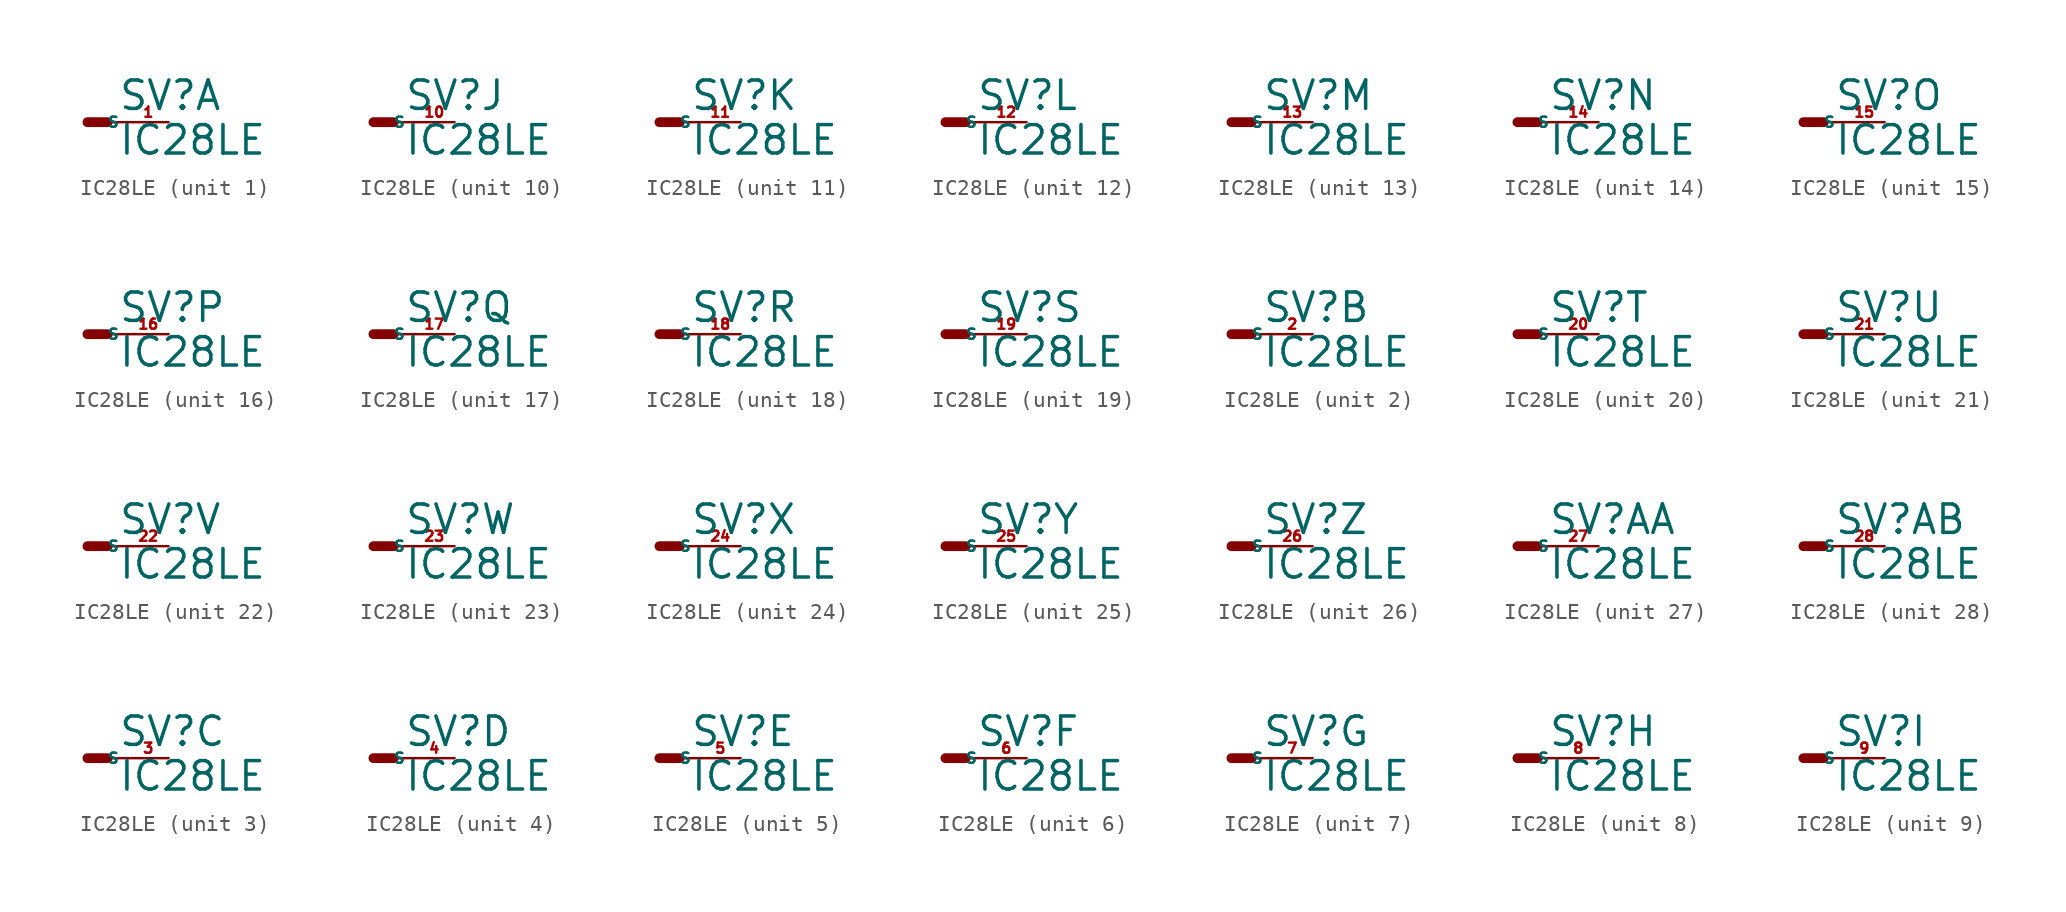
<source format=kicad_sym>
(kicad_symbol_lib
  (version 20220914)
  (generator Eagle2Kicad)
  (symbol "IC28LE"
    (property "Reference" "SV"
      (at 1.905 0.635 0)
      (effects (font (size 1.778 1.778) (thickness 0.22)) (justify left bottom)))
    (property "Value" "IC28LE"
      (at 1.905 -2.159 0)
      (effects (font (size 1.778 1.778) (thickness 0.22)) (justify left bottom)))
    (symbol "IC28LE_1_0"
      (polyline (pts (xy 0 0) (xy 1.27 0)) (stroke (width 0.61) (type default)) (fill (type none)))
      (polyline (pts (xy 2.54 0) (xy 1.27 0)) (stroke (width 0.152) (type default)) (fill (type none)))
      (pin passive line (at 5.08 0 180) (length 2.54) (name "S" (effects (font (size 0.635 0.635) (thickness 0.08)) (justify left bottom))) (number "1" (effects (font (size 0.635 0.635) (thickness 0.08)) (justify left bottom)))))
    (symbol "IC28LE_2_0"
      (polyline (pts (xy 0 0) (xy 1.27 0)) (stroke (width 0.61) (type default)) (fill (type none)))
      (polyline (pts (xy 2.54 0) (xy 1.27 0)) (stroke (width 0.152) (type default)) (fill (type none)))
      (pin passive line (at 5.08 0 180) (length 2.54) (name "S" (effects (font (size 0.635 0.635) (thickness 0.08)) (justify left bottom))) (number "2" (effects (font (size 0.635 0.635) (thickness 0.08)) (justify left bottom)))))
    (symbol "IC28LE_3_0"
      (polyline (pts (xy 0 0) (xy 1.27 0)) (stroke (width 0.61) (type default)) (fill (type none)))
      (polyline (pts (xy 2.54 0) (xy 1.27 0)) (stroke (width 0.152) (type default)) (fill (type none)))
      (pin passive line (at 5.08 0 180) (length 2.54) (name "S" (effects (font (size 0.635 0.635) (thickness 0.08)) (justify left bottom))) (number "3" (effects (font (size 0.635 0.635) (thickness 0.08)) (justify left bottom)))))
    (symbol "IC28LE_4_0"
      (polyline (pts (xy 0 0) (xy 1.27 0)) (stroke (width 0.61) (type default)) (fill (type none)))
      (polyline (pts (xy 2.54 0) (xy 1.27 0)) (stroke (width 0.152) (type default)) (fill (type none)))
      (pin passive line (at 5.08 0 180) (length 2.54) (name "S" (effects (font (size 0.635 0.635) (thickness 0.08)) (justify left bottom))) (number "4" (effects (font (size 0.635 0.635) (thickness 0.08)) (justify left bottom)))))
    (symbol "IC28LE_5_0"
      (polyline (pts (xy 0 0) (xy 1.27 0)) (stroke (width 0.61) (type default)) (fill (type none)))
      (polyline (pts (xy 2.54 0) (xy 1.27 0)) (stroke (width 0.152) (type default)) (fill (type none)))
      (pin passive line (at 5.08 0 180) (length 2.54) (name "S" (effects (font (size 0.635 0.635) (thickness 0.08)) (justify left bottom))) (number "5" (effects (font (size 0.635 0.635) (thickness 0.08)) (justify left bottom)))))
    (symbol "IC28LE_6_0"
      (polyline (pts (xy 0 0) (xy 1.27 0)) (stroke (width 0.61) (type default)) (fill (type none)))
      (polyline (pts (xy 2.54 0) (xy 1.27 0)) (stroke (width 0.152) (type default)) (fill (type none)))
      (pin passive line (at 5.08 0 180) (length 2.54) (name "S" (effects (font (size 0.635 0.635) (thickness 0.08)) (justify left bottom))) (number "6" (effects (font (size 0.635 0.635) (thickness 0.08)) (justify left bottom)))))
    (symbol "IC28LE_7_0"
      (polyline (pts (xy 0 0) (xy 1.27 0)) (stroke (width 0.61) (type default)) (fill (type none)))
      (polyline (pts (xy 2.54 0) (xy 1.27 0)) (stroke (width 0.152) (type default)) (fill (type none)))
      (pin passive line (at 5.08 0 180) (length 2.54) (name "S" (effects (font (size 0.635 0.635) (thickness 0.08)) (justify left bottom))) (number "7" (effects (font (size 0.635 0.635) (thickness 0.08)) (justify left bottom)))))
    (symbol "IC28LE_8_0"
      (polyline (pts (xy 0 0) (xy 1.27 0)) (stroke (width 0.61) (type default)) (fill (type none)))
      (polyline (pts (xy 2.54 0) (xy 1.27 0)) (stroke (width 0.152) (type default)) (fill (type none)))
      (pin passive line (at 5.08 0 180) (length 2.54) (name "S" (effects (font (size 0.635 0.635) (thickness 0.08)) (justify left bottom))) (number "8" (effects (font (size 0.635 0.635) (thickness 0.08)) (justify left bottom)))))
    (symbol "IC28LE_9_0"
      (polyline (pts (xy 0 0) (xy 1.27 0)) (stroke (width 0.61) (type default)) (fill (type none)))
      (polyline (pts (xy 2.54 0) (xy 1.27 0)) (stroke (width 0.152) (type default)) (fill (type none)))
      (pin passive line (at 5.08 0 180) (length 2.54) (name "S" (effects (font (size 0.635 0.635) (thickness 0.08)) (justify left bottom))) (number "9" (effects (font (size 0.635 0.635) (thickness 0.08)) (justify left bottom)))))
    (symbol "IC28LE_10_0"
      (polyline (pts (xy 0 0) (xy 1.27 0)) (stroke (width 0.61) (type default)) (fill (type none)))
      (polyline (pts (xy 2.54 0) (xy 1.27 0)) (stroke (width 0.152) (type default)) (fill (type none)))
      (pin passive line (at 5.08 0 180) (length 2.54) (name "S" (effects (font (size 0.635 0.635) (thickness 0.08)) (justify left bottom))) (number "10" (effects (font (size 0.635 0.635) (thickness 0.08)) (justify left bottom)))))
    (symbol "IC28LE_11_0"
      (polyline (pts (xy 0 0) (xy 1.27 0)) (stroke (width 0.61) (type default)) (fill (type none)))
      (polyline (pts (xy 2.54 0) (xy 1.27 0)) (stroke (width 0.152) (type default)) (fill (type none)))
      (pin passive line (at 5.08 0 180) (length 2.54) (name "S" (effects (font (size 0.635 0.635) (thickness 0.08)) (justify left bottom))) (number "11" (effects (font (size 0.635 0.635) (thickness 0.08)) (justify left bottom)))))
    (symbol "IC28LE_12_0"
      (polyline (pts (xy 0 0) (xy 1.27 0)) (stroke (width 0.61) (type default)) (fill (type none)))
      (polyline (pts (xy 2.54 0) (xy 1.27 0)) (stroke (width 0.152) (type default)) (fill (type none)))
      (pin passive line (at 5.08 0 180) (length 2.54) (name "S" (effects (font (size 0.635 0.635) (thickness 0.08)) (justify left bottom))) (number "12" (effects (font (size 0.635 0.635) (thickness 0.08)) (justify left bottom)))))
    (symbol "IC28LE_13_0"
      (polyline (pts (xy 0 0) (xy 1.27 0)) (stroke (width 0.61) (type default)) (fill (type none)))
      (polyline (pts (xy 2.54 0) (xy 1.27 0)) (stroke (width 0.152) (type default)) (fill (type none)))
      (pin passive line (at 5.08 0 180) (length 2.54) (name "S" (effects (font (size 0.635 0.635) (thickness 0.08)) (justify left bottom))) (number "13" (effects (font (size 0.635 0.635) (thickness 0.08)) (justify left bottom)))))
    (symbol "IC28LE_14_0"
      (polyline (pts (xy 0 0) (xy 1.27 0)) (stroke (width 0.61) (type default)) (fill (type none)))
      (polyline (pts (xy 2.54 0) (xy 1.27 0)) (stroke (width 0.152) (type default)) (fill (type none)))
      (pin passive line (at 5.08 0 180) (length 2.54) (name "S" (effects (font (size 0.635 0.635) (thickness 0.08)) (justify left bottom))) (number "14" (effects (font (size 0.635 0.635) (thickness 0.08)) (justify left bottom)))))
    (symbol "IC28LE_15_0"
      (polyline (pts (xy 0 0) (xy 1.27 0)) (stroke (width 0.61) (type default)) (fill (type none)))
      (polyline (pts (xy 2.54 0) (xy 1.27 0)) (stroke (width 0.152) (type default)) (fill (type none)))
      (pin passive line (at 5.08 0 180) (length 2.54) (name "S" (effects (font (size 0.635 0.635) (thickness 0.08)) (justify left bottom))) (number "15" (effects (font (size 0.635 0.635) (thickness 0.08)) (justify left bottom)))))
    (symbol "IC28LE_16_0"
      (polyline (pts (xy 0 0) (xy 1.27 0)) (stroke (width 0.61) (type default)) (fill (type none)))
      (polyline (pts (xy 2.54 0) (xy 1.27 0)) (stroke (width 0.152) (type default)) (fill (type none)))
      (pin passive line (at 5.08 0 180) (length 2.54) (name "S" (effects (font (size 0.635 0.635) (thickness 0.08)) (justify left bottom))) (number "16" (effects (font (size 0.635 0.635) (thickness 0.08)) (justify left bottom)))))
    (symbol "IC28LE_17_0"
      (polyline (pts (xy 0 0) (xy 1.27 0)) (stroke (width 0.61) (type default)) (fill (type none)))
      (polyline (pts (xy 2.54 0) (xy 1.27 0)) (stroke (width 0.152) (type default)) (fill (type none)))
      (pin passive line (at 5.08 0 180) (length 2.54) (name "S" (effects (font (size 0.635 0.635) (thickness 0.08)) (justify left bottom))) (number "17" (effects (font (size 0.635 0.635) (thickness 0.08)) (justify left bottom)))))
    (symbol "IC28LE_18_0"
      (polyline (pts (xy 0 0) (xy 1.27 0)) (stroke (width 0.61) (type default)) (fill (type none)))
      (polyline (pts (xy 2.54 0) (xy 1.27 0)) (stroke (width 0.152) (type default)) (fill (type none)))
      (pin passive line (at 5.08 0 180) (length 2.54) (name "S" (effects (font (size 0.635 0.635) (thickness 0.08)) (justify left bottom))) (number "18" (effects (font (size 0.635 0.635) (thickness 0.08)) (justify left bottom)))))
    (symbol "IC28LE_19_0"
      (polyline (pts (xy 0 0) (xy 1.27 0)) (stroke (width 0.61) (type default)) (fill (type none)))
      (polyline (pts (xy 2.54 0) (xy 1.27 0)) (stroke (width 0.152) (type default)) (fill (type none)))
      (pin passive line (at 5.08 0 180) (length 2.54) (name "S" (effects (font (size 0.635 0.635) (thickness 0.08)) (justify left bottom))) (number "19" (effects (font (size 0.635 0.635) (thickness 0.08)) (justify left bottom)))))
    (symbol "IC28LE_20_0"
      (polyline (pts (xy 0 0) (xy 1.27 0)) (stroke (width 0.61) (type default)) (fill (type none)))
      (polyline (pts (xy 2.54 0) (xy 1.27 0)) (stroke (width 0.152) (type default)) (fill (type none)))
      (pin passive line (at 5.08 0 180) (length 2.54) (name "S" (effects (font (size 0.635 0.635) (thickness 0.08)) (justify left bottom))) (number "20" (effects (font (size 0.635 0.635) (thickness 0.08)) (justify left bottom)))))
    (symbol "IC28LE_21_0"
      (polyline (pts (xy 0 0) (xy 1.27 0)) (stroke (width 0.61) (type default)) (fill (type none)))
      (polyline (pts (xy 2.54 0) (xy 1.27 0)) (stroke (width 0.152) (type default)) (fill (type none)))
      (pin passive line (at 5.08 0 180) (length 2.54) (name "S" (effects (font (size 0.635 0.635) (thickness 0.08)) (justify left bottom))) (number "21" (effects (font (size 0.635 0.635) (thickness 0.08)) (justify left bottom)))))
    (symbol "IC28LE_22_0"
      (polyline (pts (xy 0 0) (xy 1.27 0)) (stroke (width 0.61) (type default)) (fill (type none)))
      (polyline (pts (xy 2.54 0) (xy 1.27 0)) (stroke (width 0.152) (type default)) (fill (type none)))
      (pin passive line (at 5.08 0 180) (length 2.54) (name "S" (effects (font (size 0.635 0.635) (thickness 0.08)) (justify left bottom))) (number "22" (effects (font (size 0.635 0.635) (thickness 0.08)) (justify left bottom)))))
    (symbol "IC28LE_23_0"
      (polyline (pts (xy 0 0) (xy 1.27 0)) (stroke (width 0.61) (type default)) (fill (type none)))
      (polyline (pts (xy 2.54 0) (xy 1.27 0)) (stroke (width 0.152) (type default)) (fill (type none)))
      (pin passive line (at 5.08 0 180) (length 2.54) (name "S" (effects (font (size 0.635 0.635) (thickness 0.08)) (justify left bottom))) (number "23" (effects (font (size 0.635 0.635) (thickness 0.08)) (justify left bottom)))))
    (symbol "IC28LE_24_0"
      (polyline (pts (xy 0 0) (xy 1.27 0)) (stroke (width 0.61) (type default)) (fill (type none)))
      (polyline (pts (xy 2.54 0) (xy 1.27 0)) (stroke (width 0.152) (type default)) (fill (type none)))
      (pin passive line (at 5.08 0 180) (length 2.54) (name "S" (effects (font (size 0.635 0.635) (thickness 0.08)) (justify left bottom))) (number "24" (effects (font (size 0.635 0.635) (thickness 0.08)) (justify left bottom)))))
    (symbol "IC28LE_25_0"
      (polyline (pts (xy 0 0) (xy 1.27 0)) (stroke (width 0.61) (type default)) (fill (type none)))
      (polyline (pts (xy 2.54 0) (xy 1.27 0)) (stroke (width 0.152) (type default)) (fill (type none)))
      (pin passive line (at 5.08 0 180) (length 2.54) (name "S" (effects (font (size 0.635 0.635) (thickness 0.08)) (justify left bottom))) (number "25" (effects (font (size 0.635 0.635) (thickness 0.08)) (justify left bottom)))))
    (symbol "IC28LE_26_0"
      (polyline (pts (xy 0 0) (xy 1.27 0)) (stroke (width 0.61) (type default)) (fill (type none)))
      (polyline (pts (xy 2.54 0) (xy 1.27 0)) (stroke (width 0.152) (type default)) (fill (type none)))
      (pin passive line (at 5.08 0 180) (length 2.54) (name "S" (effects (font (size 0.635 0.635) (thickness 0.08)) (justify left bottom))) (number "26" (effects (font (size 0.635 0.635) (thickness 0.08)) (justify left bottom)))))
    (symbol "IC28LE_27_0"
      (polyline (pts (xy 0 0) (xy 1.27 0)) (stroke (width 0.61) (type default)) (fill (type none)))
      (polyline (pts (xy 2.54 0) (xy 1.27 0)) (stroke (width 0.152) (type default)) (fill (type none)))
      (pin passive line (at 5.08 0 180) (length 2.54) (name "S" (effects (font (size 0.635 0.635) (thickness 0.08)) (justify left bottom))) (number "27" (effects (font (size 0.635 0.635) (thickness 0.08)) (justify left bottom)))))
    (symbol "IC28LE_28_0"
      (polyline (pts (xy 0 0) (xy 1.27 0)) (stroke (width 0.61) (type default)) (fill (type none)))
      (polyline (pts (xy 2.54 0) (xy 1.27 0)) (stroke (width 0.152) (type default)) (fill (type none)))
      (pin passive line (at 5.08 0 180) (length 2.54) (name "S" (effects (font (size 0.635 0.635) (thickness 0.08)) (justify left bottom))) (number "28" (effects (font (size 0.635 0.635) (thickness 0.08)) (justify left bottom)))))))
</source>
